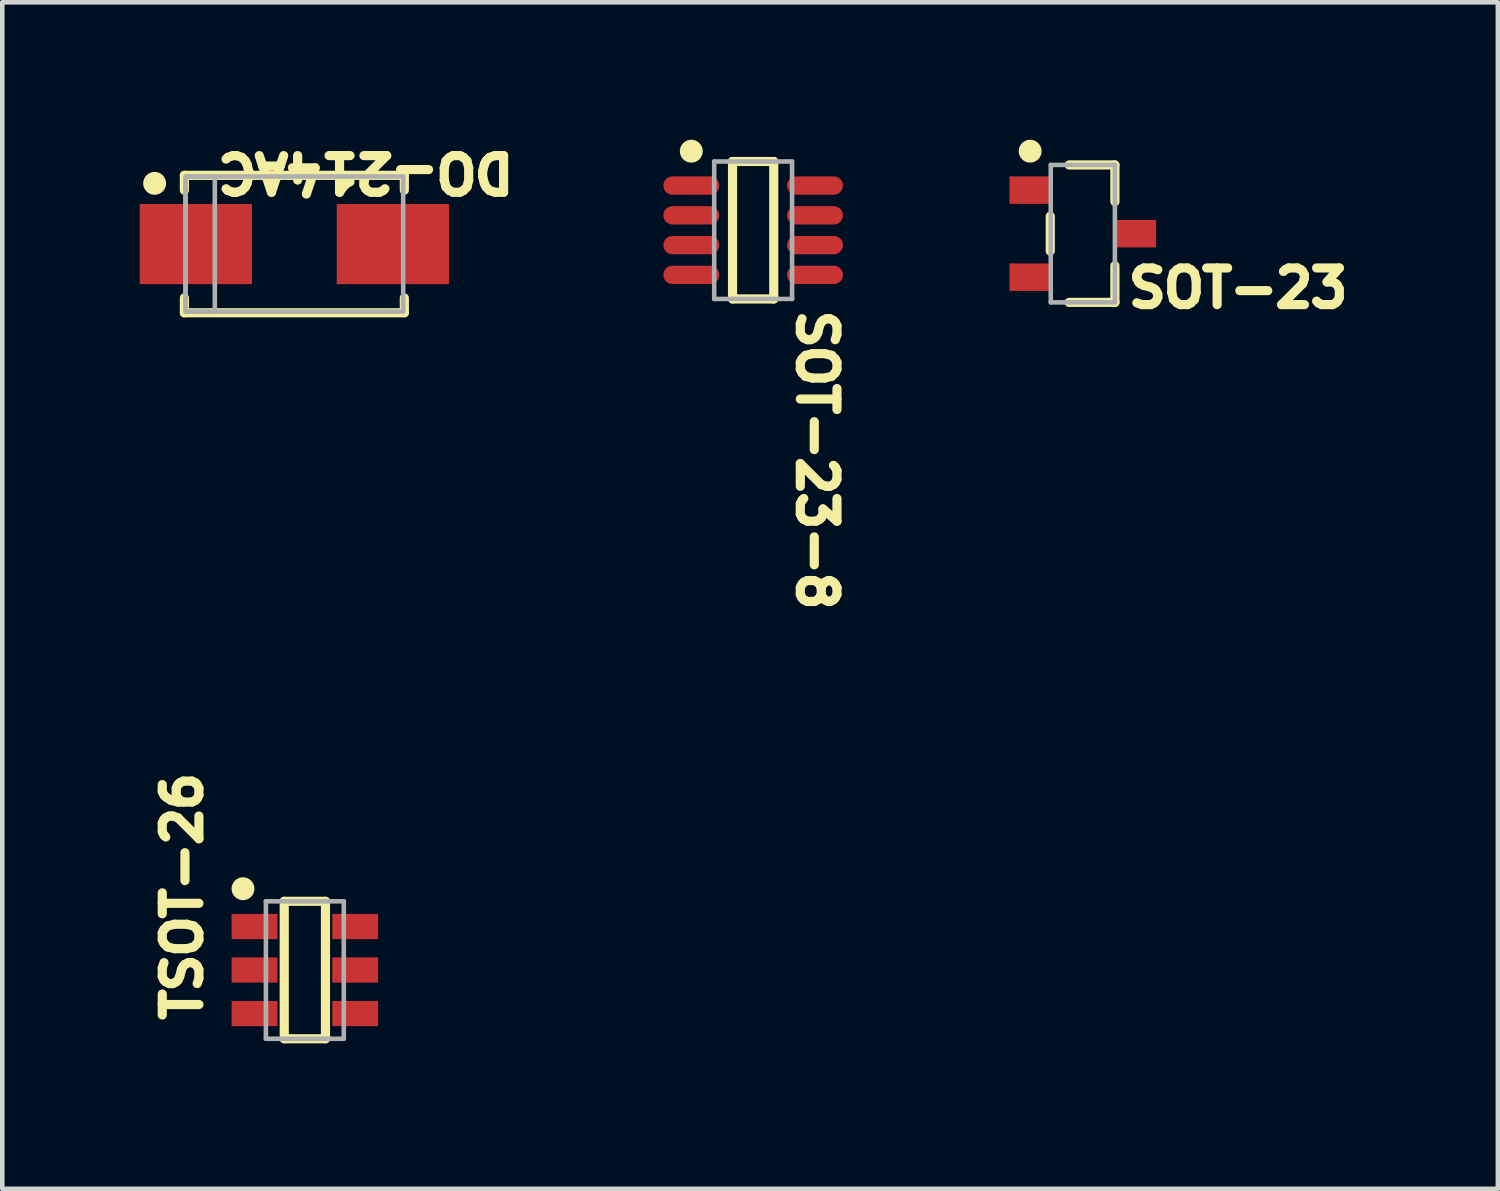
<source format=kicad_pcb>
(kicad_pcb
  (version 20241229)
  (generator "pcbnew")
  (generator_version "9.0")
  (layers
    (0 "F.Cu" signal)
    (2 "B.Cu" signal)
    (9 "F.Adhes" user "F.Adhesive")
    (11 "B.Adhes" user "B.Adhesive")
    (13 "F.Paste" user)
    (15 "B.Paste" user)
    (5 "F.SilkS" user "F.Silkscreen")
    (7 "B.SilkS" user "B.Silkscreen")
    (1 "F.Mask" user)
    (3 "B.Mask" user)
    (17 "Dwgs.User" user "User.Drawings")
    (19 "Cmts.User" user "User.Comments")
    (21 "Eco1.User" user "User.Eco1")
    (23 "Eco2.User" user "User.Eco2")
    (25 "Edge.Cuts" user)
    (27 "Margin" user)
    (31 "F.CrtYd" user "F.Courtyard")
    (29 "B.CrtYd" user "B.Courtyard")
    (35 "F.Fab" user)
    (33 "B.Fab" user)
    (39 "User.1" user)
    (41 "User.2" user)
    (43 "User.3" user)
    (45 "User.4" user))
  (footprint "DO-214AC"
    (layer "F.Cu")
    (at 3.375 2.277)
    (property "Reference" "DO-214AC" (at 4.889 -2.039 180) (unlocked yes) (layer "F.SilkS") (effects (font (size 0.8 0.8) (thickness 0.2)) (justify left bottom)))
    (attr smd)
    (fp_line (start -2.4 -1.5) (end 2.4 -1.5) (stroke (width 0.2) (type solid)) (layer "F.SilkS"))
    (fp_line (start -2.4 -1.175) (end -2.4 -1.5) (stroke (width 0.2) (type solid)) (layer "F.SilkS"))
    (fp_line (start -2.4 1.5) (end -2.4 1.175) (stroke (width 0.2) (type solid)) (layer "F.SilkS"))
    (fp_line (start -2.4 1.5) (end 2.4 1.5) (stroke (width 0.2) (type solid)) (layer "F.SilkS"))
    (fp_line (start 2.4 -1.175) (end 2.4 -1.5) (stroke (width 0.2) (type solid)) (layer "F.SilkS"))
    (fp_line (start 2.4 1.5) (end 2.4 1.175) (stroke (width 0.2) (type solid)) (layer "F.SilkS"))
    (fp_circle (center -3.05 -1.325) (end -3.175 -1.325) (stroke (width 0.25) (type solid)) (fill no) (layer "F.SilkS"))
    (fp_line (start -3.125 -1.75) (end 3.125 -1.75) (stroke (width 0.05) (type solid)) (layer "Eco1.User"))
    (fp_line (start -3.125 1.75) (end -3.125 -1.75) (stroke (width 0.05) (type solid)) (layer "Eco1.User"))
    (fp_line (start -3.125 1.75) (end 3.125 1.75) (stroke (width 0.05) (type solid)) (layer "Eco1.User"))
    (fp_line (start -0.5 0) (end 0.5 0) (stroke (width 0.1) (type solid)) (layer "Eco1.User"))
    (fp_line (start 0 0.5) (end 0 -0.5) (stroke (width 0.1) (type solid)) (layer "Eco1.User"))
    (fp_line (start 3.125 1.75) (end 3.125 -1.75) (stroke (width 0.05) (type solid)) (layer "Eco1.User"))
    (fp_line (start -2.375 -1.475) (end 2.375 -1.475) (stroke (width 0.1) (type solid)) (layer "F.Fab"))
    (fp_line (start -2.375 1.475) (end -2.375 -1.475) (stroke (width 0.1) (type solid)) (layer "F.Fab"))
    (fp_line (start -2.375 1.475) (end 2.375 1.475) (stroke (width 0.1) (type solid)) (layer "F.Fab"))
    (fp_line (start 2.375 1.475) (end 2.375 -1.475) (stroke (width 0.1) (type solid)) (layer "F.Fab"))
    (fp_rect (start -1.736 1.475) (end -2.375 -1.475) (stroke (width 0.1) (type default)) (fill no) (layer "F.Fab"))
    (pad "1" smd rect (at -2.15 0 90) (size 1.75 2.45) (layers "F.Cu" "F.Mask" "F.Paste"))
    (pad "2" smd rect (at 2.15 0 90) (size 1.75 2.45) (layers "F.Cu" "F.Mask" "F.Paste")))
  (footprint "SOT-23"
    (layer "F.Cu")
    (at 20.585 2.05)
    (property "Reference" "SOT-23" (at 0.895 1.657 0) (unlocked yes) (layer "F.SilkS") (effects (font (size 0.8 0.8) (thickness 0.2)) (justify left bottom)))
    (attr smd)
    (fp_line (start -0.711 -0.381) (end -0.711 0.381) (stroke (width 0.2) (type solid)) (layer "F.SilkS"))
    (fp_line (start 0.7 -1.5) (end -0.3 -1.5) (stroke (width 0.2) (type solid)) (layer "F.SilkS"))
    (fp_line (start 0.7 -1.5) (end 0.7 -0.7) (stroke (width 0.2) (type solid)) (layer "F.SilkS"))
    (fp_line (start 0.7 0.7) (end 0.7 1.5) (stroke (width 0.2) (type solid)) (layer "F.SilkS"))
    (fp_line (start 0.7 1.5) (end -0.3 1.5) (stroke (width 0.2) (type solid)) (layer "F.SilkS"))
    (fp_circle (center -1.15 -1.8) (end -1.025 -1.8) (stroke (width 0.25) (type solid)) (fill no) (layer "F.SilkS"))
    (fp_line (start -1.85 -1.75) (end -1.85 1.75) (stroke (width 0.05) (type solid)) (layer "Eco1.User"))
    (fp_line (start 0 -0.5) (end 0 0.5) (stroke (width 0.1) (type solid)) (layer "Eco1.User"))
    (fp_line (start 0.5 0) (end -0.5 0) (stroke (width 0.1) (type solid)) (layer "Eco1.User"))
    (fp_line (start 1.85 -1.75) (end -1.85 -1.75) (stroke (width 0.05) (type solid)) (layer "Eco1.User"))
    (fp_line (start 1.85 -1.75) (end 1.85 1.75) (stroke (width 0.05) (type solid)) (layer "Eco1.User"))
    (fp_line (start 1.85 1.75) (end -1.85 1.75) (stroke (width 0.05) (type solid)) (layer "Eco1.User"))
    (fp_line (start -0.7 -1.5) (end -0.7 1.5) (stroke (width 0.1) (type solid)) (layer "F.Fab"))
    (fp_line (start 0.7 -1.5) (end -0.7 -1.5) (stroke (width 0.1) (type solid)) (layer "F.Fab"))
    (fp_line (start 0.7 -1.5) (end 0.7 1.5) (stroke (width 0.1) (type solid)) (layer "F.Fab"))
    (fp_line (start 0.7 1.5) (end -0.7 1.5) (stroke (width 0.1) (type solid)) (layer "F.Fab"))
    (pad "1" smd rect (at -1.15 -0.95 90) (size 0.6 0.9) (layers "F.Cu" "F.Mask" "F.Paste"))
    (pad "2" smd rect (at -1.15 0.95 90) (size 0.6 0.9) (layers "F.Cu" "F.Mask" "F.Paste"))
    (pad "3" smd rect (at 1.15 0 90) (size 0.6 0.9) (layers "F.Cu" "F.Mask" "F.Paste")))
  (footprint "TSOT-26"
    (layer "F.Cu")
    (at 3.604 18.123)
    (property "Reference" "TSOT-26" (at -2.204 1.189 90) (unlocked yes) (layer "F.SilkS") (effects (font (size 0.8 0.8) (thickness 0.2)) (justify left bottom)))
    (attr smd)
    (fp_line (start -0.45 -1.5) (end 0.45 -1.5) (stroke (width 0.2) (type solid)) (layer "F.SilkS"))
    (fp_line (start -0.45 1.5) (end -0.45 -1.5) (stroke (width 0.2) (type solid)) (layer "F.SilkS"))
    (fp_line (start -0.45 1.5) (end 0.45 1.5) (stroke (width 0.2) (type solid)) (layer "F.SilkS"))
    (fp_line (start 0.45 1.5) (end 0.45 -1.5) (stroke (width 0.2) (type solid)) (layer "F.SilkS"))
    (fp_circle (center -1.35 -1.775) (end -1.475 -1.775) (stroke (width 0.25) (type solid)) (fill no) (layer "F.SilkS"))
    (fp_line (start -2.075 -1.75) (end 2.075 -1.75) (stroke (width 0.05) (type solid)) (layer "Eco1.User"))
    (fp_line (start -2.075 1.75) (end -2.075 -1.75) (stroke (width 0.05) (type solid)) (layer "Eco1.User"))
    (fp_line (start -2.075 1.75) (end 2.075 1.75) (stroke (width 0.05) (type solid)) (layer "Eco1.User"))
    (fp_line (start -0.5 0) (end 0.5 0) (stroke (width 0.1) (type solid)) (layer "Eco1.User"))
    (fp_line (start 0 0.5) (end 0 -0.5) (stroke (width 0.1) (type solid)) (layer "Eco1.User"))
    (fp_line (start 2.075 1.75) (end 2.075 -1.75) (stroke (width 0.05) (type solid)) (layer "Eco1.User"))
    (fp_line (start -0.85 -1.5) (end 0.85 -1.5) (stroke (width 0.1) (type solid)) (layer "F.Fab"))
    (fp_line (start -0.85 1.5) (end -0.85 -1.5) (stroke (width 0.1) (type solid)) (layer "F.Fab"))
    (fp_line (start -0.85 1.5) (end 0.85 1.5) (stroke (width 0.1) (type solid)) (layer "F.Fab"))
    (fp_line (start 0.85 1.5) (end 0.85 -1.5) (stroke (width 0.1) (type solid)) (layer "F.Fab"))
    (pad "1" smd rect (at -1.099 -0.95 90) (size 0.55 1) (layers "F.Cu" "F.Mask" "F.Paste"))
    (pad "2" smd rect (at -1.099 0 90) (size 0.55 1) (layers "F.Cu" "F.Mask" "F.Paste"))
    (pad "3" smd rect (at -1.099 0.95 90) (size 0.55 1) (layers "F.Cu" "F.Mask" "F.Paste"))
    (pad "4" smd rect (at 1.099 0.95 90) (size 0.55 1) (layers "F.Cu" "F.Mask" "F.Paste"))
    (pad "5" smd rect (at 1.099 0 90) (size 0.55 1) (layers "F.Cu" "F.Mask" "F.Paste"))
    (pad "6" smd rect (at 1.099 -0.95 90) (size 0.55 1) (layers "F.Cu" "F.Mask" "F.Paste")))
  (footprint "SOT-23-8"
    (layer "F.Cu")
    (at 13.389 1.975)
    (property "Reference" "SOT-23-8" (at 0.921 1.648 270) (unlocked yes) (layer "F.SilkS") (effects (font (size 0.8 0.8) (thickness 0.2)) (justify left bottom)))
    (attr smd)
    (fp_line (start -0.45 1.5) (end -0.45 -1.5) (stroke (width 0.2) (type solid)) (layer "F.SilkS"))
    (fp_line (start 0.45 -1.5) (end -0.45 -1.5) (stroke (width 0.2) (type solid)) (layer "F.SilkS"))
    (fp_line (start 0.45 1.5) (end -0.45 1.5) (stroke (width 0.2) (type solid)) (layer "F.SilkS"))
    (fp_line (start 0.45 1.5) (end 0.45 -1.5) (stroke (width 0.2) (type solid)) (layer "F.SilkS"))
    (fp_circle (center -1.35 -1.725) (end -1.35 -1.6) (stroke (width 0.25) (type solid)) (fill no) (layer "F.SilkS"))
    (fp_line (start -2.1 1.75) (end -2.1 -1.75) (stroke (width 0.05) (type solid)) (layer "Eco1.User"))
    (fp_line (start 0 0.5) (end 0 -0.5) (stroke (width 0.1) (type solid)) (layer "Eco1.User"))
    (fp_line (start 0.5 0) (end -0.5 0) (stroke (width 0.1) (type solid)) (layer "Eco1.User"))
    (fp_line (start 2.1 -1.75) (end -2.1 -1.75) (stroke (width 0.05) (type solid)) (layer "Eco1.User"))
    (fp_line (start 2.1 1.75) (end -2.1 1.75) (stroke (width 0.05) (type solid)) (layer "Eco1.User"))
    (fp_line (start 2.1 1.75) (end 2.1 -1.75) (stroke (width 0.05) (type solid)) (layer "Eco1.User"))
    (fp_line (start -0.85 1.5) (end -0.85 -1.5) (stroke (width 0.1) (type solid)) (layer "F.Fab"))
    (fp_line (start 0.85 -1.5) (end -0.85 -1.5) (stroke (width 0.1) (type solid)) (layer "F.Fab"))
    (fp_line (start 0.85 1.5) (end -0.85 1.5) (stroke (width 0.1) (type solid)) (layer "F.Fab"))
    (fp_line (start 0.85 1.5) (end 0.85 -1.5) (stroke (width 0.1) (type solid)) (layer "F.Fab"))
    (pad "1" smd oval (at -1.35 -0.975 90) (size 0.4 1.22) (layers "F.Cu" "F.Mask" "F.Paste"))
    (pad "2" smd oval (at -1.35 -0.325 90) (size 0.4 1.22) (layers "F.Cu" "F.Mask" "F.Paste"))
    (pad "3" smd oval (at -1.35 0.325 90) (size 0.4 1.22) (layers "F.Cu" "F.Mask" "F.Paste"))
    (pad "4" smd oval (at -1.35 0.975 90) (size 0.4 1.22) (layers "F.Cu" "F.Mask" "F.Paste"))
    (pad "5" smd oval (at 1.35 0.975 90) (size 0.4 1.22) (layers "F.Cu" "F.Mask" "F.Paste"))
    (pad "6" smd oval (at 1.35 0.325 90) (size 0.4 1.22) (layers "F.Cu" "F.Mask" "F.Paste"))
    (pad "7" smd oval (at 1.35 -0.325 90) (size 0.4 1.22) (layers "F.Cu" "F.Mask" "F.Paste"))
    (pad "8" smd oval (at 1.35 -0.975 90) (size 0.4 1.22) (layers "F.Cu" "F.Mask" "F.Paste")))
  (gr_rect
    (start -3 -3)
    (end 29.644 22.898)
    (stroke (width 0.1) (type default))
    (fill no)
    (layer "Edge.Cuts")))
</source>
